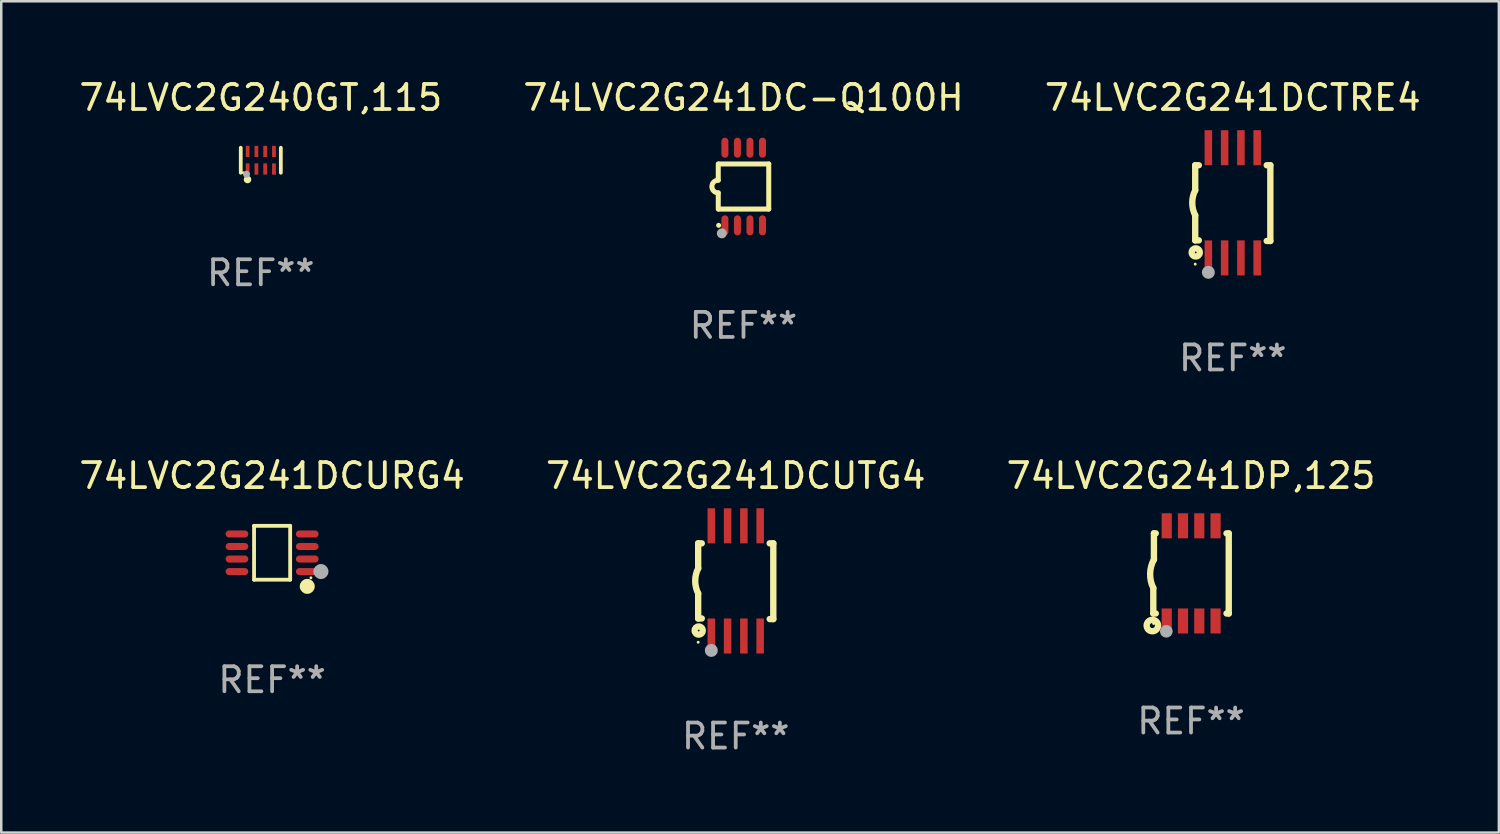
<source format=kicad_pcb>
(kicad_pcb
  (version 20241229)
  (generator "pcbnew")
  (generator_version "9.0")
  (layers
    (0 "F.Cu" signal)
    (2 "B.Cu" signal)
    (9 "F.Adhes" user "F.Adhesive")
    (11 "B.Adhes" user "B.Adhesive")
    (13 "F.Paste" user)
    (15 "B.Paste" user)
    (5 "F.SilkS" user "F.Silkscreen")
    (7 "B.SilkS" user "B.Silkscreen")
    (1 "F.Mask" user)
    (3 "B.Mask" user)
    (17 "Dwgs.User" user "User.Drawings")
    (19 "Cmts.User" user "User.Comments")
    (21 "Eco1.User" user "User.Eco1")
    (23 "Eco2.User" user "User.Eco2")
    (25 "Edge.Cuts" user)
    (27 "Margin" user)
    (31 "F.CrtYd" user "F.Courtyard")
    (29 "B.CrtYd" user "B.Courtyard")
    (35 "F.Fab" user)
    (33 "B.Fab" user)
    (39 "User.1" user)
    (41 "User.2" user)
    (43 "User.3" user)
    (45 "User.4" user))
  (footprint "74LVC2G241DCTRE4"
    (layer "F.Cu")
    (at 46.173 5.048)
    (property "Reference" "74LVC2G241DCTRE4" (at 0 -4.2 0) (layer "F.SilkS") (effects (font (size 1 1) (thickness 0.15))))
    (attr through_hole)
    (fp_line (start -1.5 -1.5) (end -1.5 -0.5) (stroke (width 0.254) (type solid)) (layer "F.SilkS"))
    (fp_line (start -1.5 -1.5) (end -1.356 -1.5) (stroke (width 0.254) (type solid)) (layer "F.SilkS"))
    (fp_line (start -1.5 1.5) (end -1.5 0.5) (stroke (width 0.254) (type solid)) (layer "F.SilkS"))
    (fp_line (start -1.5 1.5) (end -1.356 1.5) (stroke (width 0.254) (type solid)) (layer "F.SilkS"))
    (fp_line (start 1.356 -1.5) (end 1.5 -1.5) (stroke (width 0.254) (type solid)) (layer "F.SilkS"))
    (fp_line (start 1.5 -1.5) (end 1.5 1.524) (stroke (width 0.254) (type solid)) (layer "F.SilkS"))
    (fp_line (start 1.5 1.524) (end 1.356 1.524) (stroke (width 0.254) (type solid)) (layer "F.SilkS"))
    (fp_arc (start -1.500203 0.499137) (mid -1.618067 -0.000468) (end -1.5 -0.500025) (stroke (width 0.254001) (type solid)) (layer "F.SilkS"))
    (fp_circle (center -1.5 2.449) (end -1.47 2.449) (stroke (width 0.06) (type solid)) (fill no) (layer "F.SilkS"))
    (fp_circle (center -1.479 1.981) (end -1.444 1.981) (stroke (width 0.254) (type solid)) (fill no) (layer "F.SilkS"))
    (fp_circle (center -0.975 2.776) (end -0.845 2.776) (stroke (width 0.26) (type solid)) (fill no) (layer "F.Fab"))
    (fp_text user "REF**" (at 0 6.2 0) (layer "F.Fab") (effects (font (size 1 1) (thickness 0.15))))
    (pad "1" smd rect (at -0.975 2.2) (size 0.3 1.4) (layers "F.Cu" "F.Mask" "F.Paste"))
    (pad "2" smd rect (at -0.325 2.2) (size 0.3 1.4) (layers "F.Cu" "F.Mask" "F.Paste"))
    (pad "3" smd rect (at 0.325 2.2) (size 0.3 1.4) (layers "F.Cu" "F.Mask" "F.Paste"))
    (pad "4" smd rect (at 0.975 2.2) (size 0.3 1.4) (layers "F.Cu" "F.Mask" "F.Paste"))
    (pad "5" smd rect (at 0.975 -2.2) (size 0.3 1.4) (layers "F.Cu" "F.Mask" "F.Paste"))
    (pad "6" smd rect (at 0.325 -2.2) (size 0.3 1.4) (layers "F.Cu" "F.Mask" "F.Paste"))
    (pad "7" smd rect (at -0.325 -2.2) (size 0.3 1.4) (layers "F.Cu" "F.Mask" "F.Paste"))
    (pad "8" smd rect (at -0.975 -2.2) (size 0.3 1.4) (layers "F.Cu" "F.Mask" "F.Paste")))
  (footprint "74LVC2G240GT,115"
    (layer "F.Cu")
    (at 7.363 3.348)
    (property "Reference" "74LVC2G240GT,115" (at 0 -2.5 0) (layer "F.SilkS") (effects (font (size 1 1) (thickness 0.15))))
    (attr through_hole)
    (fp_line (start -0.8 -0.5) (end -0.8 0.5) (stroke (width 0.15) (type solid)) (layer "F.SilkS"))
    (fp_line (start 0.8 -0.5) (end 0.8 0.5) (stroke (width 0.15) (type solid)) (layer "F.SilkS"))
    (fp_circle (center -0.7 0.5) (end -0.67 0.5) (stroke (width 0.06) (type solid)) (fill no) (layer "F.SilkS"))
    (fp_circle (center -0.53 0.77) (end -0.454 0.77) (stroke (width 0.15) (type solid)) (fill no) (layer "F.SilkS"))
    (fp_circle (center -0.57 0.56) (end -0.5 0.56) (stroke (width 0.14) (type solid)) (fill no) (layer "F.Fab"))
    (fp_text user "REF**" (at 0 4.5 0) (layer "F.Fab") (effects (font (size 1 1) (thickness 0.15))))
    (pad "1" smd rect (at -0.525 0.35) (size 0.15 0.45) (layers "F.Cu" "F.Mask" "F.Paste"))
    (pad "2" smd rect (at -0.175 0.35) (size 0.15 0.45) (layers "F.Cu" "F.Mask" "F.Paste"))
    (pad "3" smd rect (at 0.175 0.35) (size 0.15 0.45) (layers "F.Cu" "F.Mask" "F.Paste"))
    (pad "4" smd rect (at 0.525 0.35) (size 0.15 0.45) (layers "F.Cu" "F.Mask" "F.Paste"))
    (pad "5" smd rect (at 0.525 -0.35) (size 0.15 0.45) (layers "F.Cu" "F.Mask" "F.Paste"))
    (pad "6" smd rect (at 0.175 -0.35) (size 0.15 0.45) (layers "F.Cu" "F.Mask" "F.Paste"))
    (pad "7" smd rect (at -0.175 -0.35) (size 0.15 0.45) (layers "F.Cu" "F.Mask" "F.Paste"))
    (pad "8" smd rect (at -0.525 -0.35) (size 0.15 0.45) (layers "F.Cu" "F.Mask" "F.Paste")))
  (footprint "74LVC2G241DCURG4"
    (layer "F.Cu")
    (at 7.815 19.021)
    (property "Reference" "74LVC2G241DCURG4" (at 0 -3.076 0) (layer "F.SilkS") (effects (font (size 1 1) (thickness 0.15))))
    (attr through_hole)
    (fp_line (start -0.721 -1.076) (end 0.721 -1.076) (stroke (width 0.152) (type solid)) (layer "F.SilkS"))
    (fp_line (start -0.721 1.076) (end -0.721 -1.076) (stroke (width 0.152) (type solid)) (layer "F.SilkS"))
    (fp_line (start 0.721 -1.076) (end 0.721 1.076) (stroke (width 0.152) (type solid)) (layer "F.SilkS"))
    (fp_line (start 0.721 1.076) (end -0.721 1.076) (stroke (width 0.152) (type solid)) (layer "F.SilkS"))
    (fp_circle (center 1.403 1.342) (end 1.553 1.342) (stroke (width 0.3) (type solid)) (fill no) (layer "F.SilkS"))
    (fp_circle (center 1.55 1) (end 1.58 1) (stroke (width 0.06) (type solid)) (fill no) (layer "F.SilkS"))
    (fp_circle (center 1.95 0.75) (end 2.1 0.75) (stroke (width 0.3) (type solid)) (fill no) (layer "F.Fab"))
    (fp_text user "REF**" (at 0 5.076 0) (layer "F.Fab") (effects (font (size 1 1) (thickness 0.15))))
    (pad "1" smd oval (at 1.403 0.75 90) (size 0.28 0.905) (layers "F.Cu" "F.Mask" "F.Paste"))
    (pad "2" smd oval (at 1.403 0.25 90) (size 0.28 0.905) (layers "F.Cu" "F.Mask" "F.Paste"))
    (pad "3" smd oval (at 1.403 -0.25 90) (size 0.28 0.905) (layers "F.Cu" "F.Mask" "F.Paste"))
    (pad "4" smd oval (at 1.403 -0.75 90) (size 0.28 0.905) (layers "F.Cu" "F.Mask" "F.Paste"))
    (pad "5" smd oval (at -1.403 -0.75 90) (size 0.28 0.905) (layers "F.Cu" "F.Mask" "F.Paste"))
    (pad "6" smd oval (at -1.403 -0.25 90) (size 0.28 0.905) (layers "F.Cu" "F.Mask" "F.Paste"))
    (pad "7" smd oval (at -1.403 0.25 90) (size 0.28 0.905) (layers "F.Cu" "F.Mask" "F.Paste"))
    (pad "8" smd oval (at -1.403 0.75 90) (size 0.28 0.905) (layers "F.Cu" "F.Mask" "F.Paste")))
  (footprint "74LVC2G241DC-Q100H"
    (layer "F.Cu")
    (at 26.637 4.398)
    (property "Reference" "74LVC2G241DC-Q100H" (at 0 -3.55 0) (layer "F.SilkS") (effects (font (size 1 1) (thickness 0.15))))
    (attr through_hole)
    (fp_line (start -1.008 -0.254) (end -1.008 -0.9) (stroke (width 0.2) (type solid)) (layer "F.SilkS"))
    (fp_line (start -1.008 0.254) (end -1.008 0.9) (stroke (width 0.2) (type solid)) (layer "F.SilkS"))
    (fp_line (start -0.992 0.9) (end 1.008 0.9) (stroke (width 0.2) (type solid)) (layer "F.SilkS"))
    (fp_line (start 1.008 -0.9) (end -0.992 -0.9) (stroke (width 0.2) (type solid)) (layer "F.SilkS"))
    (fp_line (start 1.008 0.9) (end 1.008 -0.9) (stroke (width 0.2) (type solid)) (layer "F.SilkS"))
    (fp_arc (start -1.008001 0.254001) (mid -1.262002 0) (end -1.008001 -0.254001) (stroke (width 0.2) (type solid)) (layer "F.SilkS"))
    (fp_circle (center -0.992 1.55) (end -0.942 1.55) (stroke (width 0.1) (type solid)) (fill no) (layer "F.SilkS"))
    (fp_circle (center -0.866 1.87) (end -0.766 1.87) (stroke (width 0.2) (type solid)) (fill no) (layer "F.Fab"))
    (fp_text user "REF**" (at 0 5.55 0) (layer "F.Fab") (effects (font (size 1 1) (thickness 0.15))))
    (pad "1" smd oval (at -0.742 1.55 270) (size 0.8 0.28) (layers "F.Cu" "F.Mask" "F.Paste"))
    (pad "2" smd oval (at -0.242 1.55 270) (size 0.8 0.28) (layers "F.Cu" "F.Mask" "F.Paste"))
    (pad "3" smd oval (at 0.258 1.55 270) (size 0.8 0.28) (layers "F.Cu" "F.Mask" "F.Paste"))
    (pad "4" smd oval (at 0.758 1.55 270) (size 0.8 0.28) (layers "F.Cu" "F.Mask" "F.Paste"))
    (pad "5" smd oval (at 0.758 -1.55 270) (size 0.8 0.28) (layers "F.Cu" "F.Mask" "F.Paste"))
    (pad "6" smd oval (at 0.258 -1.55 270) (size 0.8 0.28) (layers "F.Cu" "F.Mask" "F.Paste"))
    (pad "7" smd oval (at -0.242 -1.55 270) (size 0.8 0.28) (layers "F.Cu" "F.Mask" "F.Paste"))
    (pad "8" smd oval (at -0.742 -1.55 270) (size 0.8 0.28) (layers "F.Cu" "F.Mask" "F.Paste")))
  (footprint "74LVC2G241DP,125"
    (layer "F.Cu")
    (at 44.506 19.845)
    (property "Reference" "74LVC2G241DP,125" (at 0 -3.9 0) (layer "F.SilkS") (effects (font (size 1 1) (thickness 0.15))))
    (attr through_hole)
    (fp_line (start -1.506 1.6) (end -1.506 0.584) (stroke (width 0.254) (type solid)) (layer "F.SilkS"))
    (fp_line (start -1.506 1.6) (end -1.407 1.6) (stroke (width 0.254) (type solid)) (layer "F.SilkS"))
    (fp_line (start -1.481 -1.599) (end -1.481 -0.549) (stroke (width 0.254) (type solid)) (layer "F.SilkS"))
    (fp_line (start -1.481 -1.599) (end -1.407 -1.599) (stroke (width 0.254) (type solid)) (layer "F.SilkS"))
    (fp_line (start 1.417 -1.599) (end 1.506 -1.599) (stroke (width 0.254) (type solid)) (layer "F.SilkS"))
    (fp_line (start 1.417 1.6) (end 1.506 1.6) (stroke (width 0.254) (type solid)) (layer "F.SilkS"))
    (fp_line (start 1.506 1.603) (end 1.506 -1.595) (stroke (width 0.254) (type solid)) (layer "F.SilkS"))
    (fp_arc (start -1.506223 0.584328) (mid -1.632455 0.00974) (end -1.480823 -0.558674) (stroke (width 0.254001) (type solid)) (layer "F.SilkS"))
    (fp_circle (center -1.544 2.083) (end -1.443 2.083) (stroke (width 0.254) (type solid)) (fill no) (layer "F.SilkS"))
    (fp_circle (center -1.495 2) (end -1.465 2) (stroke (width 0.06) (type solid)) (fill no) (layer "F.SilkS"))
    (fp_circle (center -0.986 2.312) (end -0.859 2.312) (stroke (width 0.254) (type solid)) (fill no) (layer "F.Fab"))
    (fp_text user "REF**" (at 0 5.9 0) (layer "F.Fab") (effects (font (size 1 1) (thickness 0.15))))
    (pad "1" smd rect (at -0.97 1.9 90) (size 1 0.406) (layers "F.Cu" "F.Mask" "F.Paste"))
    (pad "2" smd rect (at -0.32 1.9 90) (size 1 0.406) (layers "F.Cu" "F.Mask" "F.Paste"))
    (pad "3" smd rect (at 0.33 1.9 90) (size 1 0.406) (layers "F.Cu" "F.Mask" "F.Paste"))
    (pad "4" smd rect (at 0.98 1.9 90) (size 1 0.406) (layers "F.Cu" "F.Mask" "F.Paste"))
    (pad "5" smd rect (at 0.98 -1.9 90) (size 1 0.406) (layers "F.Cu" "F.Mask" "F.Paste"))
    (pad "6" smd rect (at 0.33 -1.9 90) (size 1 0.406) (layers "F.Cu" "F.Mask" "F.Paste"))
    (pad "7" smd rect (at -0.32 -1.9 90) (size 1 0.406) (layers "F.Cu" "F.Mask" "F.Paste"))
    (pad "8" smd rect (at -0.97 -1.9 90) (size 1 0.406) (layers "F.Cu" "F.Mask" "F.Paste")))
  (footprint "74LVC2G241DCUTG4"
    (layer "F.Cu")
    (at 26.327 20.145)
    (property "Reference" "74LVC2G241DCUTG4" (at 0 -4.2 0) (layer "F.SilkS") (effects (font (size 1 1) (thickness 0.15))))
    (attr through_hole)
    (fp_line (start -1.5 -1.5) (end -1.5 -0.5) (stroke (width 0.254) (type solid)) (layer "F.SilkS"))
    (fp_line (start -1.5 -1.5) (end -1.356 -1.5) (stroke (width 0.254) (type solid)) (layer "F.SilkS"))
    (fp_line (start -1.5 1.5) (end -1.5 0.5) (stroke (width 0.254) (type solid)) (layer "F.SilkS"))
    (fp_line (start -1.5 1.5) (end -1.356 1.5) (stroke (width 0.254) (type solid)) (layer "F.SilkS"))
    (fp_line (start 1.356 -1.5) (end 1.5 -1.5) (stroke (width 0.254) (type solid)) (layer "F.SilkS"))
    (fp_line (start 1.5 -1.5) (end 1.5 1.524) (stroke (width 0.254) (type solid)) (layer "F.SilkS"))
    (fp_line (start 1.5 1.524) (end 1.356 1.524) (stroke (width 0.254) (type solid)) (layer "F.SilkS"))
    (fp_arc (start -1.500203 0.499137) (mid -1.618067 -0.000468) (end -1.5 -0.500025) (stroke (width 0.254001) (type solid)) (layer "F.SilkS"))
    (fp_circle (center -1.5 2.449) (end -1.47 2.449) (stroke (width 0.06) (type solid)) (fill no) (layer "F.SilkS"))
    (fp_circle (center -1.479 1.981) (end -1.444 1.981) (stroke (width 0.254) (type solid)) (fill no) (layer "F.SilkS"))
    (fp_circle (center -0.975 2.776) (end -0.845 2.776) (stroke (width 0.26) (type solid)) (fill no) (layer "F.Fab"))
    (fp_text user "REF**" (at 0 6.2 0) (layer "F.Fab") (effects (font (size 1 1) (thickness 0.15))))
    (pad "1" smd rect (at -0.975 2.2) (size 0.3 1.4) (layers "F.Cu" "F.Mask" "F.Paste"))
    (pad "2" smd rect (at -0.325 2.2) (size 0.3 1.4) (layers "F.Cu" "F.Mask" "F.Paste"))
    (pad "3" smd rect (at 0.325 2.2) (size 0.3 1.4) (layers "F.Cu" "F.Mask" "F.Paste"))
    (pad "4" smd rect (at 0.975 2.2) (size 0.3 1.4) (layers "F.Cu" "F.Mask" "F.Paste"))
    (pad "5" smd rect (at 0.975 -2.2) (size 0.3 1.4) (layers "F.Cu" "F.Mask" "F.Paste"))
    (pad "6" smd rect (at 0.325 -2.2) (size 0.3 1.4) (layers "F.Cu" "F.Mask" "F.Paste"))
    (pad "7" smd rect (at -0.325 -2.2) (size 0.3 1.4) (layers "F.Cu" "F.Mask" "F.Paste"))
    (pad "8" smd rect (at -0.975 -2.2) (size 0.3 1.4) (layers "F.Cu" "F.Mask" "F.Paste")))
  (gr_rect
    (start -3 -3)
    (end 56.798 30.193)
    (stroke (width 0.1) (type default))
    (fill no)
    (layer "Edge.Cuts")))
</source>
